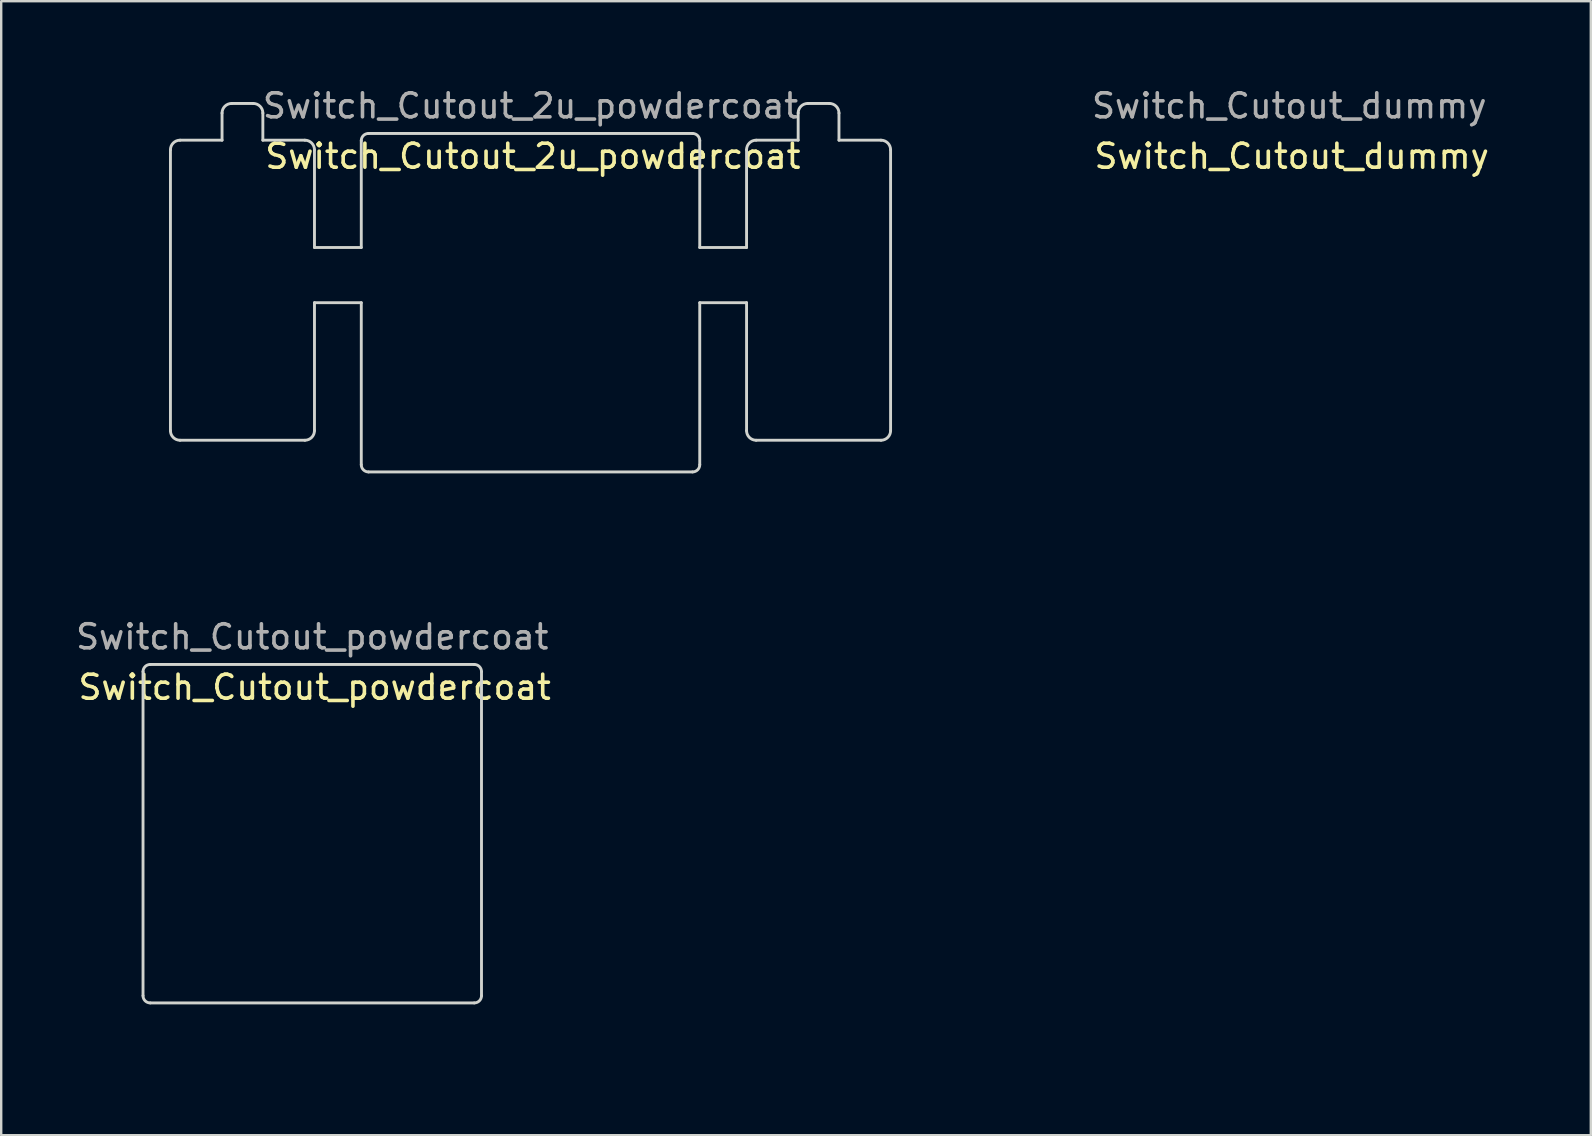
<source format=kicad_pcb>
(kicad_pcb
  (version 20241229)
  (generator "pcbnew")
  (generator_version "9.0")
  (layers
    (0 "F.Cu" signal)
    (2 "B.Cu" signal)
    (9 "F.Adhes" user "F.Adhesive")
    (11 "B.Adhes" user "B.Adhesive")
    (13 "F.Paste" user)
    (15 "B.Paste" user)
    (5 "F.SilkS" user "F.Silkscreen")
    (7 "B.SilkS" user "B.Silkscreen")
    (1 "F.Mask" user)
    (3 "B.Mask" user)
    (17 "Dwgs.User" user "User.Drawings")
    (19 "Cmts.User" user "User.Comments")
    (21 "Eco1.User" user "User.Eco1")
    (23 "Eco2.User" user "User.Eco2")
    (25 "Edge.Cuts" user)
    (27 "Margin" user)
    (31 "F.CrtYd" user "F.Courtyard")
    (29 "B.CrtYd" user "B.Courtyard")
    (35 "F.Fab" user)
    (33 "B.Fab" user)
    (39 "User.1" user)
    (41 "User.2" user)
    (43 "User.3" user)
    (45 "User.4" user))
  (footprint "Switch_Cutout_powdercoat"
    (layer "F.Cu")
    (at 9.958 31.68)
    (property "Reference" "Switch_Cutout_powdercoat" (at 0.1 -6.1 0) (layer "F.SilkS") (effects (font (size 1 1) (thickness 0.15))))
    (attr through_hole)
    (fp_line (start -7.05 -6.75) (end -7.05 6.75) (stroke (width 0.12) (type solid)) (layer "Edge.Cuts"))
    (fp_line (start -6.75 -7.05) (end 6.75 -7.05) (stroke (width 0.12) (type solid)) (layer "Edge.Cuts"))
    (fp_line (start -6.75 7.05) (end 6.75 7.05) (stroke (width 0.12) (type solid)) (layer "Edge.Cuts"))
    (fp_line (start 7.05 -6.75) (end 7.05 6.75) (stroke (width 0.12) (type solid)) (layer "Edge.Cuts"))
    (fp_arc (start -7.05 -6.75) (mid -6.962132 -6.962132) (end -6.75 -7.05) (stroke (width 0.12) (type solid)) (layer "Edge.Cuts"))
    (fp_arc (start -6.75 7.05) (mid -6.962132 6.962132) (end -7.05 6.75) (stroke (width 0.12) (type solid)) (layer "Edge.Cuts"))
    (fp_arc (start 6.75 -7.05) (mid 6.962132 -6.962132) (end 7.05 -6.75) (stroke (width 0.12) (type solid)) (layer "Edge.Cuts"))
    (fp_arc (start 7.05 6.75) (mid 6.962132 6.962132) (end 6.75 7.05) (stroke (width 0.12) (type solid)) (layer "Edge.Cuts"))
    (fp_rect (start 9.5 -9.5) (end -9.5 9.5) (stroke (width 0.12) (type solid)) (fill no) (layer "User.3"))
    (fp_text user "${REFERENCE}" (at 0 -8.2 0) (layer "F.Fab") (effects (font (size 1 1) (thickness 0.15)))))
  (footprint "Switch_Cutout_2u_powdercoat"
    (layer "F.Cu")
    (at 19.05 9.56)
    (property "Reference" "Switch_Cutout_2u_powdercoat" (at 0.1 -6.1 0) (layer "F.SilkS") (effects (font (size 1 1) (thickness 0.15))))
    (attr through_hole)
    (fp_line (start -15 -6.37) (end -15 5.33) (stroke (width 0.12) (type solid)) (layer "Edge.Cuts"))
    (fp_line (start -14.6 5.73) (end -9.4 5.73) (stroke (width 0.12) (type solid)) (layer "Edge.Cuts"))
    (fp_line (start -12.85 -7.9) (end -12.85 -6.77) (stroke (width 0.12) (type solid)) (layer "Edge.Cuts"))
    (fp_line (start -12.85 -6.77) (end -14.6 -6.77) (stroke (width 0.12) (type solid)) (layer "Edge.Cuts"))
    (fp_line (start -12.45 -8.3) (end -11.55 -8.3) (stroke (width 0.12) (type solid)) (layer "Edge.Cuts"))
    (fp_line (start -11.15 -7.9) (end -11.15 -6.77) (stroke (width 0.12) (type solid)) (layer "Edge.Cuts"))
    (fp_line (start -9.4 -6.77) (end -11.15 -6.77) (stroke (width 0.12) (type solid)) (layer "Edge.Cuts"))
    (fp_line (start -9 -6.37) (end -9 -2.3) (stroke (width 0.12) (type solid)) (layer "Edge.Cuts"))
    (fp_line (start -9 0) (end -9 5.33) (stroke (width 0.12) (type solid)) (layer "Edge.Cuts"))
    (fp_line (start -7.05 -2.3) (end -9 -2.3) (stroke (width 0.12) (type solid)) (layer "Edge.Cuts"))
    (fp_line (start -7.05 -2.3) (end -7.05 -6.75) (stroke (width 0.12) (type solid)) (layer "Edge.Cuts"))
    (fp_line (start -7.05 0) (end -9 0) (stroke (width 0.12) (type solid)) (layer "Edge.Cuts"))
    (fp_line (start -7.05 0) (end -7.05 6.75) (stroke (width 0.12) (type solid)) (layer "Edge.Cuts"))
    (fp_line (start -6.75 -7.05) (end 6.75 -7.05) (stroke (width 0.12) (type solid)) (layer "Edge.Cuts"))
    (fp_line (start -6.75 7.05) (end 6.75 7.05) (stroke (width 0.12) (type solid)) (layer "Edge.Cuts"))
    (fp_line (start 7.05 -6.75) (end 7.05 -2.3) (stroke (width 0.12) (type solid)) (layer "Edge.Cuts"))
    (fp_line (start 7.05 0) (end 7.05 6.75) (stroke (width 0.12) (type solid)) (layer "Edge.Cuts"))
    (fp_line (start 9 -6.37) (end 9 -2.3) (stroke (width 0.12) (type solid)) (layer "Edge.Cuts"))
    (fp_line (start 9 -2.3) (end 7.05 -2.3) (stroke (width 0.12) (type solid)) (layer "Edge.Cuts"))
    (fp_line (start 9 0) (end 7.05 0) (stroke (width 0.12) (type solid)) (layer "Edge.Cuts"))
    (fp_line (start 9 0) (end 9 5.33) (stroke (width 0.12) (type solid)) (layer "Edge.Cuts"))
    (fp_line (start 9.4 5.73) (end 14.6 5.73) (stroke (width 0.12) (type solid)) (layer "Edge.Cuts"))
    (fp_line (start 11.15 -7.9) (end 11.15 -6.77) (stroke (width 0.12) (type solid)) (layer "Edge.Cuts"))
    (fp_line (start 11.15 -6.77) (end 9.4 -6.77) (stroke (width 0.12) (type solid)) (layer "Edge.Cuts"))
    (fp_line (start 11.55 -8.3) (end 12.45 -8.3) (stroke (width 0.12) (type solid)) (layer "Edge.Cuts"))
    (fp_line (start 12.85 -7.9) (end 12.85 -6.77) (stroke (width 0.12) (type solid)) (layer "Edge.Cuts"))
    (fp_line (start 14.6 -6.77) (end 12.85 -6.77) (stroke (width 0.12) (type solid)) (layer "Edge.Cuts"))
    (fp_line (start 15 -6.37) (end 15 5.33) (stroke (width 0.12) (type solid)) (layer "Edge.Cuts"))
    (fp_arc (start -15 -6.37) (mid -14.882843 -6.652844) (end -14.6 -6.77) (stroke (width 0.12) (type solid)) (layer "Edge.Cuts"))
    (fp_arc (start -14.6 5.73) (mid -14.882843 5.612843) (end -15 5.330001) (stroke (width 0.12) (type solid)) (layer "Edge.Cuts"))
    (fp_arc (start -12.85 -7.9) (mid -12.732843 -8.182843) (end -12.45 -8.3) (stroke (width 0.12) (type solid)) (layer "Edge.Cuts"))
    (fp_arc (start -11.55 -8.299999) (mid -11.267157 -8.182842) (end -11.15 -7.899999) (stroke (width 0.12) (type solid)) (layer "Edge.Cuts"))
    (fp_arc (start -9.4 -6.77) (mid -9.117157 -6.652843) (end -9 -6.37) (stroke (width 0.12) (type solid)) (layer "Edge.Cuts"))
    (fp_arc (start -9 5.33) (mid -9.117157 5.612843) (end -9.4 5.73) (stroke (width 0.12) (type solid)) (layer "Edge.Cuts"))
    (fp_arc (start -7.05 -6.75) (mid -6.962132 -6.962131) (end -6.75 -7.05) (stroke (width 0.12) (type solid)) (layer "Edge.Cuts"))
    (fp_arc (start -6.75 7.05) (mid -6.962131 6.962132) (end -7.05 6.75) (stroke (width 0.12) (type solid)) (layer "Edge.Cuts"))
    (fp_arc (start 6.75 -7.05) (mid 6.962131 -6.962132) (end 7.05 -6.75) (stroke (width 0.12) (type solid)) (layer "Edge.Cuts"))
    (fp_arc (start 7.05 6.75) (mid 6.962132 6.962131) (end 6.75 7.05) (stroke (width 0.12) (type solid)) (layer "Edge.Cuts"))
    (fp_arc (start 9 -6.37) (mid 9.117157 -6.652843) (end 9.4 -6.77) (stroke (width 0.12) (type solid)) (layer "Edge.Cuts"))
    (fp_arc (start 9.4 5.73) (mid 9.117157 5.612842) (end 9 5.33) (stroke (width 0.12) (type solid)) (layer "Edge.Cuts"))
    (fp_arc (start 11.15 -7.9) (mid 11.267156 -8.182843) (end 11.55 -8.3) (stroke (width 0.12) (type solid)) (layer "Edge.Cuts"))
    (fp_arc (start 12.45 -8.3) (mid 12.732843 -8.182843) (end 12.85 -7.9) (stroke (width 0.12) (type solid)) (layer "Edge.Cuts"))
    (fp_arc (start 14.6 -6.77) (mid 14.882843 -6.652843) (end 15 -6.37) (stroke (width 0.12) (type solid)) (layer "Edge.Cuts"))
    (fp_arc (start 15 5.33) (mid 14.882843 5.612843) (end 14.6 5.73) (stroke (width 0.12) (type solid)) (layer "Edge.Cuts"))
    (fp_poly (pts (xy -19 -9.5) (xy 19 -9.5) (xy 19 9.5) (xy -19 9.5)) (stroke (width 0.1) (type default)) (fill no) (layer "User.2"))
    (fp_poly (pts (xy 9.5 -9.5) (xy -9.5 -9.5) (xy -9.5 9.5) (xy 9.5 9.5)) (stroke (width 0.12) (type solid)) (fill no) (layer "User.3"))
    (fp_text user "${REFERENCE}" (at 0 -8.2 0) (layer "F.Fab") (effects (font (size 1 1) (thickness 0.15)))))
  (footprint "Switch_Cutout_dummy"
    (layer "F.Cu")
    (at 50.66 9.56)
    (property "Reference" "Switch_Cutout_dummy" (at 0.1 -6.1 0) (layer "F.SilkS") (effects (font (size 1 1) (thickness 0.15))))
    (attr through_hole)
    (fp_rect (start 9.5 -9.5) (end -9.5 9.5) (stroke (width 0.12) (type solid)) (fill no) (layer "User.3"))
    (fp_text user "${REFERENCE}" (at 0 -8.2 0) (layer "F.Fab") (effects (font (size 1 1) (thickness 0.15)))))
  (gr_rect
    (start -3 -3)
    (end 63.22 44.24)
    (stroke (width 0.1) (type default))
    (fill no)
    (layer "Edge.Cuts")))
</source>
